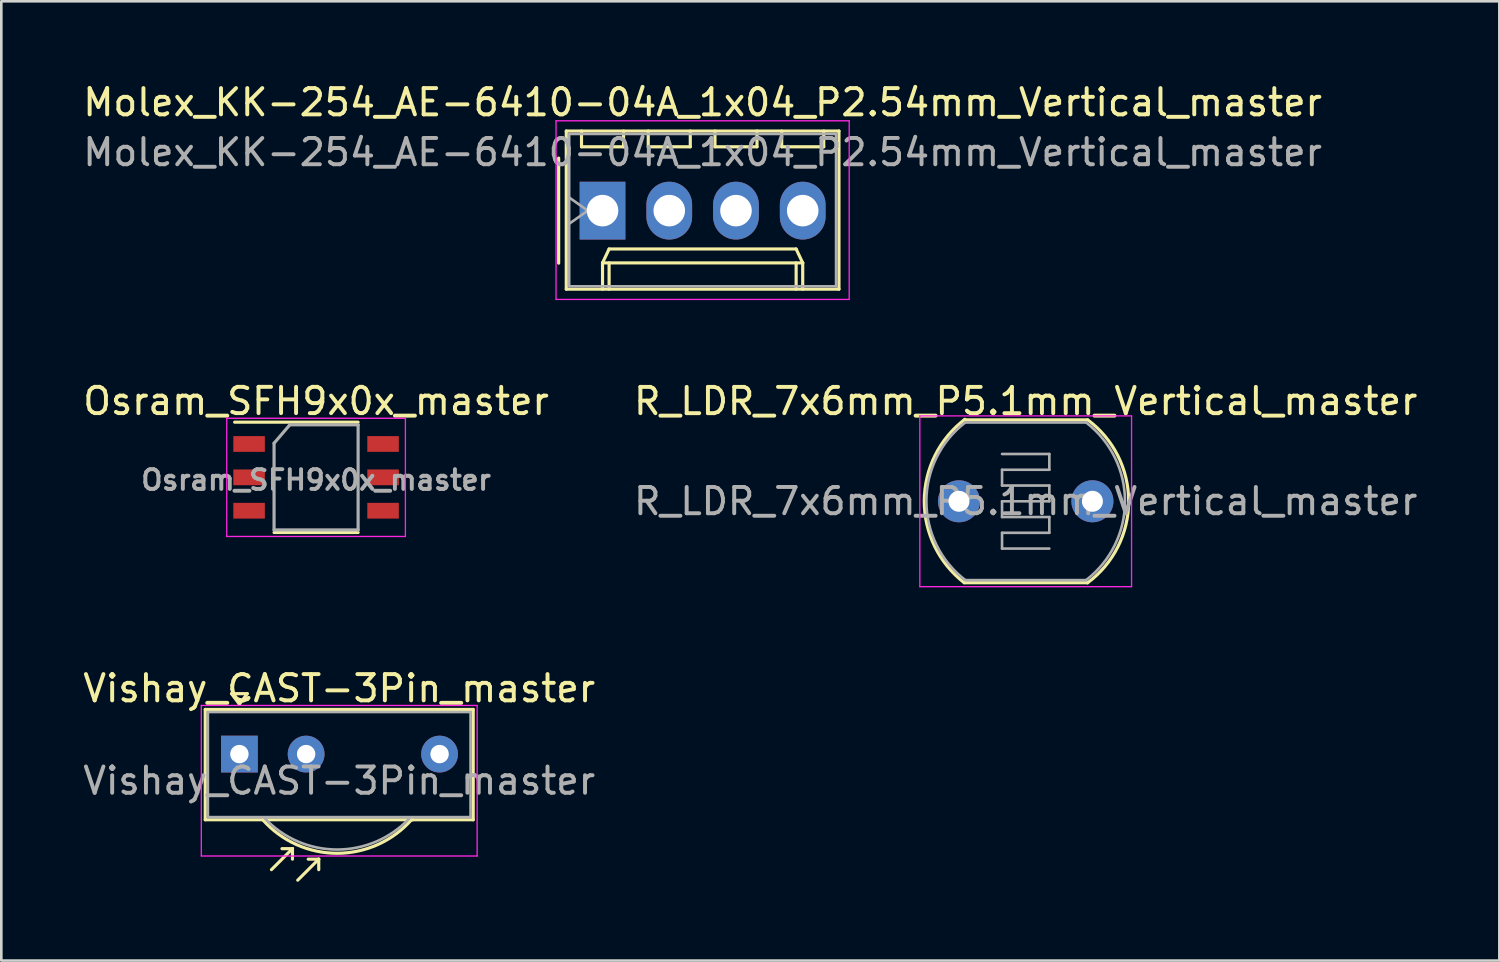
<source format=kicad_pcb>
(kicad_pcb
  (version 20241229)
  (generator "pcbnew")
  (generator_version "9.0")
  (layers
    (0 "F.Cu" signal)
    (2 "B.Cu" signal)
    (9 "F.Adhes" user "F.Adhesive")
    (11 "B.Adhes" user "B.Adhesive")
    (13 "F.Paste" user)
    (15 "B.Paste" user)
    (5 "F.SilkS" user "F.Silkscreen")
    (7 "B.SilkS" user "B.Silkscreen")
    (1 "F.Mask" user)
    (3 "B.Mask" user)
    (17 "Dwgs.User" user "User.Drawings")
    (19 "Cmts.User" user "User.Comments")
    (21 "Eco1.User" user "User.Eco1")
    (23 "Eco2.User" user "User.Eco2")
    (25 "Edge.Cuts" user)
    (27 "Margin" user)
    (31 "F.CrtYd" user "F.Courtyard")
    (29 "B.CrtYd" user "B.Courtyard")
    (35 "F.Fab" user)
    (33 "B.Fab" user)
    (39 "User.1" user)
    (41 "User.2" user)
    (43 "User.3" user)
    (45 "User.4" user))
  (footprint "Osram_SFH9x0x_master"
    (layer "F.Cu")
    (at 8.982 15.121)
    (property "Reference" "Osram_SFH9x0x_master" (at 0 -2.9 0) (layer "F.SilkS") (effects (font (size 1 1) (thickness 0.15))))
    (attr smd)
    (fp_line (start -1.6 2.1) (end 1.6 2.1) (stroke (width 0.12) (type solid)) (layer "F.SilkS"))
    (fp_line (start 1.6 -2.1) (end -3.1 -2.1) (stroke (width 0.12) (type solid)) (layer "F.SilkS"))
    (fp_line (start -3.4 -2.25) (end -3.4 2.25) (stroke (width 0.05) (type solid)) (layer "F.CrtYd"))
    (fp_line (start -3.4 -2.25) (end 3.4 -2.25) (stroke (width 0.05) (type solid)) (layer "F.CrtYd"))
    (fp_line (start 3.4 2.25) (end -3.4 2.25) (stroke (width 0.05) (type solid)) (layer "F.CrtYd"))
    (fp_line (start 3.4 2.25) (end 3.4 -2.25) (stroke (width 0.05) (type solid)) (layer "F.CrtYd"))
    (fp_line (start -1.6 -1.3) (end -1.6 2) (stroke (width 0.12) (type solid)) (layer "F.Fab"))
    (fp_line (start -1.6 2) (end 1.6 2) (stroke (width 0.12) (type solid)) (layer "F.Fab"))
    (fp_line (start -1 -2) (end -1.6 -1.3) (stroke (width 0.12) (type solid)) (layer "F.Fab"))
    (fp_line (start 1.6 -2) (end -1 -2) (stroke (width 0.12) (type solid)) (layer "F.Fab"))
    (fp_line (start 1.6 2) (end 1.6 -2) (stroke (width 0.12) (type solid)) (layer "F.Fab"))
    (fp_text user "${REFERENCE}" (at 0 0.1 0) (layer "F.Fab") (effects (font (size 0.75 0.75) (thickness 0.15))))
    (pad "1" smd rect (at -2.55 -1.27) (size 1.2 0.6) (layers "F.Cu" "F.Mask" "F.Paste"))
    (pad "2" smd rect (at -2.55 0) (size 1.2 0.6) (layers "F.Cu" "F.Mask" "F.Paste"))
    (pad "3" smd rect (at -2.55 1.27) (size 1.2 0.6) (layers "F.Cu" "F.Mask" "F.Paste"))
    (pad "4" smd rect (at 2.55 1.27) (size 1.2 0.6) (layers "F.Cu" "F.Mask" "F.Paste"))
    (pad "5" smd rect (at 2.55 0) (size 1.2 0.6) (layers "F.Cu" "F.Mask" "F.Paste"))
    (pad "6" smd rect (at 2.55 -1.27) (size 1.2 0.6) (layers "F.Cu" "F.Mask" "F.Paste")))
  (footprint "Vishay_CAST-3Pin_master"
    (layer "F.Cu")
    (at 6.063 25.655)
    (property "Reference" "Vishay_CAST-3Pin_master" (at 3.8 -2.5 0) (layer "F.SilkS") (effects (font (size 1 1) (thickness 0.15))))
    (attr through_hole)
    (fp_line (start -1.3 -1.7) (end -1.3 2.5) (stroke (width 0.12) (type solid)) (layer "F.SilkS"))
    (fp_line (start -1.3 2.5) (end 0.9 2.5) (stroke (width 0.12) (type solid)) (layer "F.SilkS"))
    (fp_line (start -0.3 -2.3) (end 0.3 -2.3) (stroke (width 0.12) (type solid)) (layer "F.SilkS"))
    (fp_line (start 0 -1.9) (end -0.3 -2.3) (stroke (width 0.12) (type solid)) (layer "F.SilkS"))
    (fp_line (start 0.3 -2.3) (end 0 -1.9) (stroke (width 0.12) (type solid)) (layer "F.SilkS"))
    (fp_line (start 0.9 2.5) (end 6.6 2.5) (stroke (width 0.12) (type solid)) (layer "F.SilkS"))
    (fp_line (start 2.02 3.6) (end 1.22 4.4) (stroke (width 0.12) (type solid)) (layer "F.SilkS"))
    (fp_line (start 2.02 3.6) (end 1.62 3.6) (stroke (width 0.12) (type solid)) (layer "F.SilkS"))
    (fp_line (start 2.02 3.6) (end 2.02 4) (stroke (width 0.12) (type solid)) (layer "F.SilkS"))
    (fp_line (start 3.02 4) (end 2.22 4.8) (stroke (width 0.12) (type solid)) (layer "F.SilkS"))
    (fp_line (start 3.02 4) (end 2.62 4) (stroke (width 0.12) (type solid)) (layer "F.SilkS"))
    (fp_line (start 3.02 4) (end 3.02 4.4) (stroke (width 0.12) (type solid)) (layer "F.SilkS"))
    (fp_line (start 6.5 2.5) (end 8.9 2.5) (stroke (width 0.12) (type solid)) (layer "F.SilkS"))
    (fp_line (start 8.9 -1.7) (end -1.3 -1.7) (stroke (width 0.12) (type solid)) (layer "F.SilkS"))
    (fp_line (start 8.9 2.5) (end 8.9 -1.7) (stroke (width 0.12) (type solid)) (layer "F.SilkS"))
    (fp_arc (start 6.55 2.5) (mid 3.722825 3.776095) (end 0.893744 2.504232) (stroke (width 0.12) (type solid)) (layer "F.SilkS"))
    (fp_line (start -1.45 -1.85) (end -1.45 3.88) (stroke (width 0.05) (type solid)) (layer "F.CrtYd"))
    (fp_line (start -1.45 -1.85) (end 9.05 -1.85) (stroke (width 0.05) (type solid)) (layer "F.CrtYd"))
    (fp_line (start 9.05 3.88) (end -1.45 3.88) (stroke (width 0.05) (type solid)) (layer "F.CrtYd"))
    (fp_line (start 9.05 3.88) (end 9.05 -1.85) (stroke (width 0.05) (type solid)) (layer "F.CrtYd"))
    (fp_line (start -1.2 -1.6) (end 8.8 -1.6) (stroke (width 0.1) (type solid)) (layer "F.Fab"))
    (fp_line (start -1.2 2.4) (end -1.2 -1.6) (stroke (width 0.1) (type solid)) (layer "F.Fab"))
    (fp_line (start 8.8 -1.6) (end 8.8 2.4) (stroke (width 0.1) (type solid)) (layer "F.Fab"))
    (fp_line (start 8.8 2.4) (end -1.2 2.4) (stroke (width 0.1) (type solid)) (layer "F.Fab"))
    (fp_arc (start 6.47 2.45) (mid 3.710489 3.634496) (end 0.956966 2.436144) (stroke (width 0.1) (type solid)) (layer "F.Fab"))
    (fp_text user "${REFERENCE}" (at 3.8 1.017 0) (layer "F.Fab") (effects (font (size 1 1) (thickness 0.15))))
    (pad "1" thru_hole rect (at 0 0) (size 1.4 1.4) (drill 0.7) (layers "*.Cu" "*.Mask"))
    (pad "2" thru_hole circle (at 2.54 0) (size 1.4 1.4) (drill 0.7) (layers "*.Cu" "*.Mask"))
    (pad "3" thru_hole circle (at 7.62 0) (size 1.4 1.4) (drill 0.7) (layers "*.Cu" "*.Mask")))
  (footprint "R_LDR_7x6mm_P5.1mm_Vertical_master"
    (layer "F.Cu")
    (at 33.454 16.032)
    (property "Reference" "R_LDR_7x6mm_P5.1mm_Vertical_master" (at 2.54 -3.81 0) (layer "F.SilkS") (effects (font (size 1 1) (thickness 0.15))))
    (attr through_hole)
    (fp_line (start 0.2 -3.1) (end 4.9 -3.1) (stroke (width 0.12) (type solid)) (layer "F.SilkS"))
    (fp_line (start 0.2 3.1) (end 4.9 3.1) (stroke (width 0.12) (type solid)) (layer "F.SilkS"))
    (fp_arc (start 0.2 3.1) (mid -1.320423 -0.016888) (end 0.226796 -3.120561) (stroke (width 0.12) (type solid)) (layer "F.SilkS"))
    (fp_arc (start 4.9 -3.1) (mid 6.460049 0.00492) (end 4.89209 3.105853) (stroke (width 0.12) (type solid)) (layer "F.SilkS"))
    (fp_line (start -1.49 -3.25) (end -1.49 3.25) (stroke (width 0.05) (type solid)) (layer "F.CrtYd"))
    (fp_line (start -1.49 -3.25) (end 6.57 -3.25) (stroke (width 0.05) (type solid)) (layer "F.CrtYd"))
    (fp_line (start 6.57 3.25) (end -1.49 3.25) (stroke (width 0.05) (type solid)) (layer "F.CrtYd"))
    (fp_line (start 6.57 3.25) (end 6.57 -3.25) (stroke (width 0.05) (type solid)) (layer "F.CrtYd"))
    (fp_line (start 0.24 -3) (end 4.84 -3) (stroke (width 0.1) (type solid)) (layer "F.Fab"))
    (fp_line (start 1.64 -1.8) (end 3.44 -1.8) (stroke (width 0.1) (type solid)) (layer "F.Fab"))
    (fp_line (start 1.64 -1.2) (end 1.64 -0.6) (stroke (width 0.1) (type solid)) (layer "F.Fab"))
    (fp_line (start 1.64 -0.6) (end 3.44 -0.6) (stroke (width 0.1) (type solid)) (layer "F.Fab"))
    (fp_line (start 1.64 0) (end 1.64 0.6) (stroke (width 0.1) (type solid)) (layer "F.Fab"))
    (fp_line (start 1.64 0.6) (end 3.44 0.6) (stroke (width 0.1) (type solid)) (layer "F.Fab"))
    (fp_line (start 1.64 1.2) (end 1.64 1.8) (stroke (width 0.1) (type solid)) (layer "F.Fab"))
    (fp_line (start 1.64 1.8) (end 3.44 1.8) (stroke (width 0.1) (type solid)) (layer "F.Fab"))
    (fp_line (start 3.44 -1.8) (end 3.44 -1.2) (stroke (width 0.1) (type solid)) (layer "F.Fab"))
    (fp_line (start 3.44 -1.2) (end 1.64 -1.2) (stroke (width 0.1) (type solid)) (layer "F.Fab"))
    (fp_line (start 3.44 -0.6) (end 3.44 0) (stroke (width 0.1) (type solid)) (layer "F.Fab"))
    (fp_line (start 3.44 0) (end 1.64 0) (stroke (width 0.1) (type solid)) (layer "F.Fab"))
    (fp_line (start 3.44 0.6) (end 3.44 1.2) (stroke (width 0.1) (type solid)) (layer "F.Fab"))
    (fp_line (start 3.44 1.2) (end 1.64 1.2) (stroke (width 0.1) (type solid)) (layer "F.Fab"))
    (fp_line (start 4.84 3) (end 0.24 3) (stroke (width 0.1) (type solid)) (layer "F.Fab"))
    (fp_arc (start 0.24 3) (mid -1.240211 0.001572) (end 0.237506 -2.998087) (stroke (width 0.1) (type solid)) (layer "F.Fab"))
    (fp_arc (start 4.84 -3) (mid 6.320211 -0.001572) (end 4.842494 2.998087) (stroke (width 0.1) (type solid)) (layer "F.Fab"))
    (fp_text user "${REFERENCE}" (at 2.54 0 0) (layer "F.Fab") (effects (font (size 1 1) (thickness 0.15))))
    (pad "1" thru_hole circle (at 0 0) (size 1.6 1.6) (drill 0.8) (layers "*.Cu" "*.Mask"))
    (pad "2" thru_hole circle (at 5.08 0) (size 1.6 1.6) (drill 0.8) (layers "*.Cu" "*.Mask")))
  (footprint "Molex_KK-254_AE-6410-04A_1x04_P2.54mm_Vertical_master"
    (layer "F.Cu")
    (at 19.886 4.968)
    (property "Reference" "Molex_KK-254_AE-6410-04A_1x04_P2.54mm_Vertical_master" (at 3.81 -4.12 0) (layer "F.SilkS") (effects (font (size 1 1) (thickness 0.15))))
    (attr through_hole)
    (fp_line (start -1.67 -2) (end -1.67 2) (stroke (width 0.12) (type solid)) (layer "F.SilkS"))
    (fp_line (start -1.38 -3.03) (end -1.38 2.99) (stroke (width 0.12) (type solid)) (layer "F.SilkS"))
    (fp_line (start -1.38 2.99) (end 9 2.99) (stroke (width 0.12) (type solid)) (layer "F.SilkS"))
    (fp_line (start -0.8 -3.03) (end -0.8 -2.43) (stroke (width 0.12) (type solid)) (layer "F.SilkS"))
    (fp_line (start -0.8 -2.43) (end 0.8 -2.43) (stroke (width 0.12) (type solid)) (layer "F.SilkS"))
    (fp_line (start 0 1.99) (end 0.25 1.46) (stroke (width 0.12) (type solid)) (layer "F.SilkS"))
    (fp_line (start 0 1.99) (end 7.62 1.99) (stroke (width 0.12) (type solid)) (layer "F.SilkS"))
    (fp_line (start 0 2.99) (end 0 1.99) (stroke (width 0.12) (type solid)) (layer "F.SilkS"))
    (fp_line (start 0.25 1.46) (end 7.37 1.46) (stroke (width 0.12) (type solid)) (layer "F.SilkS"))
    (fp_line (start 0.25 2.99) (end 0.25 1.99) (stroke (width 0.12) (type solid)) (layer "F.SilkS"))
    (fp_line (start 0.8 -2.43) (end 0.8 -3.03) (stroke (width 0.12) (type solid)) (layer "F.SilkS"))
    (fp_line (start 1.74 -3.03) (end 1.74 -2.43) (stroke (width 0.12) (type solid)) (layer "F.SilkS"))
    (fp_line (start 1.74 -2.43) (end 3.34 -2.43) (stroke (width 0.12) (type solid)) (layer "F.SilkS"))
    (fp_line (start 3.34 -2.43) (end 3.34 -3.03) (stroke (width 0.12) (type solid)) (layer "F.SilkS"))
    (fp_line (start 4.28 -3.03) (end 4.28 -2.43) (stroke (width 0.12) (type solid)) (layer "F.SilkS"))
    (fp_line (start 4.28 -2.43) (end 5.88 -2.43) (stroke (width 0.12) (type solid)) (layer "F.SilkS"))
    (fp_line (start 5.88 -2.43) (end 5.88 -3.03) (stroke (width 0.12) (type solid)) (layer "F.SilkS"))
    (fp_line (start 6.82 -3.03) (end 6.82 -2.43) (stroke (width 0.12) (type solid)) (layer "F.SilkS"))
    (fp_line (start 6.82 -2.43) (end 8.42 -2.43) (stroke (width 0.12) (type solid)) (layer "F.SilkS"))
    (fp_line (start 7.37 1.46) (end 7.62 1.99) (stroke (width 0.12) (type solid)) (layer "F.SilkS"))
    (fp_line (start 7.37 2.99) (end 7.37 1.99) (stroke (width 0.12) (type solid)) (layer "F.SilkS"))
    (fp_line (start 7.62 1.99) (end 7.62 2.99) (stroke (width 0.12) (type solid)) (layer "F.SilkS"))
    (fp_line (start 8.42 -2.43) (end 8.42 -3.03) (stroke (width 0.12) (type solid)) (layer "F.SilkS"))
    (fp_line (start 9 -3.03) (end -1.38 -3.03) (stroke (width 0.12) (type solid)) (layer "F.SilkS"))
    (fp_line (start 9 2.99) (end 9 -3.03) (stroke (width 0.12) (type solid)) (layer "F.SilkS"))
    (fp_line (start -1.77 -3.42) (end -1.77 3.38) (stroke (width 0.05) (type solid)) (layer "F.CrtYd"))
    (fp_line (start -1.77 3.38) (end 9.39 3.38) (stroke (width 0.05) (type solid)) (layer "F.CrtYd"))
    (fp_line (start 9.39 -3.42) (end -1.77 -3.42) (stroke (width 0.05) (type solid)) (layer "F.CrtYd"))
    (fp_line (start 9.39 3.38) (end 9.39 -3.42) (stroke (width 0.05) (type solid)) (layer "F.CrtYd"))
    (fp_line (start -1.27 -2.92) (end -1.27 2.88) (stroke (width 0.1) (type solid)) (layer "F.Fab"))
    (fp_line (start -1.27 -0.5) (end -0.563 0) (stroke (width 0.1) (type solid)) (layer "F.Fab"))
    (fp_line (start -1.27 2.88) (end 8.89 2.88) (stroke (width 0.1) (type solid)) (layer "F.Fab"))
    (fp_line (start -0.563 0) (end -1.27 0.5) (stroke (width 0.1) (type solid)) (layer "F.Fab"))
    (fp_line (start 8.89 -2.92) (end -1.27 -2.92) (stroke (width 0.1) (type solid)) (layer "F.Fab"))
    (fp_line (start 8.89 2.88) (end 8.89 -2.92) (stroke (width 0.1) (type solid)) (layer "F.Fab"))
    (fp_text user "${REFERENCE}" (at 3.81 -2.22 0) (layer "F.Fab") (effects (font (size 1 1) (thickness 0.15))))
    (pad "1" thru_hole rect (at 0 0) (size 1.74 2.2) (drill 1.2) (layers "*.Cu" "*.Mask"))
    (pad "2" thru_hole oval (at 2.54 0) (size 1.74 2.2) (drill 1.2) (layers "*.Cu" "*.Mask"))
    (pad "3" thru_hole oval (at 5.08 0) (size 1.74 2.2) (drill 1.2) (layers "*.Cu" "*.Mask"))
    (pad "4" thru_hole oval (at 7.62 0) (size 1.74 2.2) (drill 1.2) (layers "*.Cu" "*.Mask")))
  (gr_rect
    (start -3 -3)
    (end 54.024 33.515)
    (stroke (width 0.1) (type default))
    (fill no)
    (layer "Edge.Cuts")))
</source>
